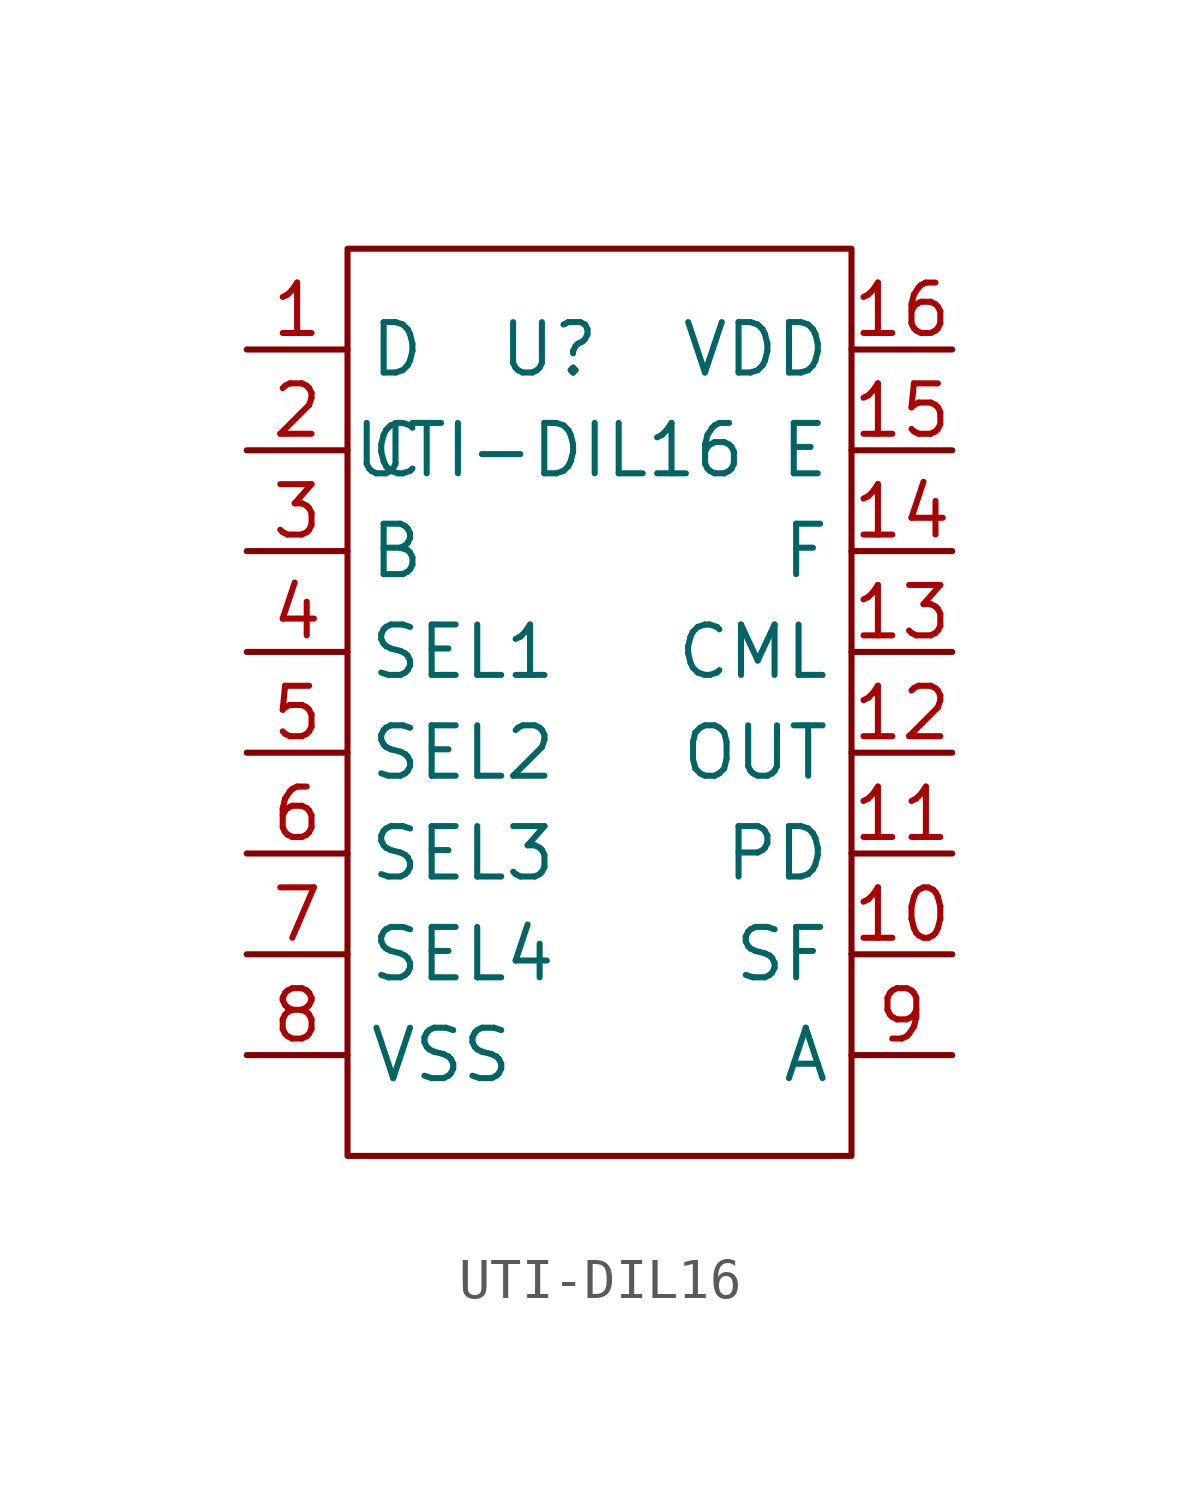
<source format=kicad_sym>
(kicad_symbol_lib
  (version 20211014)
  (generator kicad_symbol_editor)
  (symbol "UTI-DIL16"
    (property "Reference" "U"
      (at 0 2.54 0)
      (effects (font (size 1.27 1.27))))
    (property "Value" "UTI-DIL16"
      (at 0 0 0)
      (effects (font (size 1.27 1.27))))
    (symbol "UTI-DIL16_0_1"
      (polyline (pts (xy -5.08 5.08) (xy -5.08 -17.78) (xy 7.62 -17.78) (xy 7.62 5.08) (xy -5.08 5.08)) (stroke (width 0) (type default) (color 0 0 0 0)) (fill (type none))))
    (symbol "UTI-DIL16_1_1"
      (pin input line (at -7.62 2.54 0) (length 2.54) (name "D" (effects (font (size 1.27 1.27)))) (number "1" (effects (font (size 1.27 1.27)))))
      (pin input line (at 10.16 -12.7 180) (length 2.54) (name "SF" (effects (font (size 1.27 1.27)))) (number "10" (effects (font (size 1.27 1.27)))))
      (pin input line (at 10.16 -10.16 180) (length 2.54) (name "PD" (effects (font (size 1.27 1.27)))) (number "11" (effects (font (size 1.27 1.27)))))
      (pin output line (at 10.16 -7.62 180) (length 2.54) (name "OUT" (effects (font (size 1.27 1.27)))) (number "12" (effects (font (size 1.27 1.27)))))
      (pin input line (at 10.16 -5.08 180) (length 2.54) (name "CML" (effects (font (size 1.27 1.27)))) (number "13" (effects (font (size 1.27 1.27)))))
      (pin input line (at 10.16 -2.54 180) (length 2.54) (name "F" (effects (font (size 1.27 1.27)))) (number "14" (effects (font (size 1.27 1.27)))))
      (pin input line (at 10.16 0 180) (length 2.54) (name "E" (effects (font (size 1.27 1.27)))) (number "15" (effects (font (size 1.27 1.27)))))
      (pin power_in line (at 10.16 2.54 180) (length 2.54) (name "VDD" (effects (font (size 1.27 1.27)))) (number "16" (effects (font (size 1.27 1.27)))))
      (pin input line (at -7.62 0 0) (length 2.54) (name "C" (effects (font (size 1.27 1.27)))) (number "2" (effects (font (size 1.27 1.27)))))
      (pin input line (at -7.62 -2.54 0) (length 2.54) (name "B" (effects (font (size 1.27 1.27)))) (number "3" (effects (font (size 1.27 1.27)))))
      (pin input line (at -7.62 -5.08 0) (length 2.54) (name "SEL1" (effects (font (size 1.27 1.27)))) (number "4" (effects (font (size 1.27 1.27)))))
      (pin input line (at -7.62 -7.62 0) (length 2.54) (name "SEL2" (effects (font (size 1.27 1.27)))) (number "5" (effects (font (size 1.27 1.27)))))
      (pin input line (at -7.62 -10.16 0) (length 2.54) (name "SEL3" (effects (font (size 1.27 1.27)))) (number "6" (effects (font (size 1.27 1.27)))))
      (pin input line (at -7.62 -12.7 0) (length 2.54) (name "SEL4" (effects (font (size 1.27 1.27)))) (number "7" (effects (font (size 1.27 1.27)))))
      (pin power_in line (at -7.62 -15.24 0) (length 2.54) (name "VSS" (effects (font (size 1.27 1.27)))) (number "8" (effects (font (size 1.27 1.27)))))
      (pin output line (at 10.16 -15.24 180) (length 2.54) (name "A" (effects (font (size 1.27 1.27)))) (number "9" (effects (font (size 1.27 1.27))))))))
</source>
